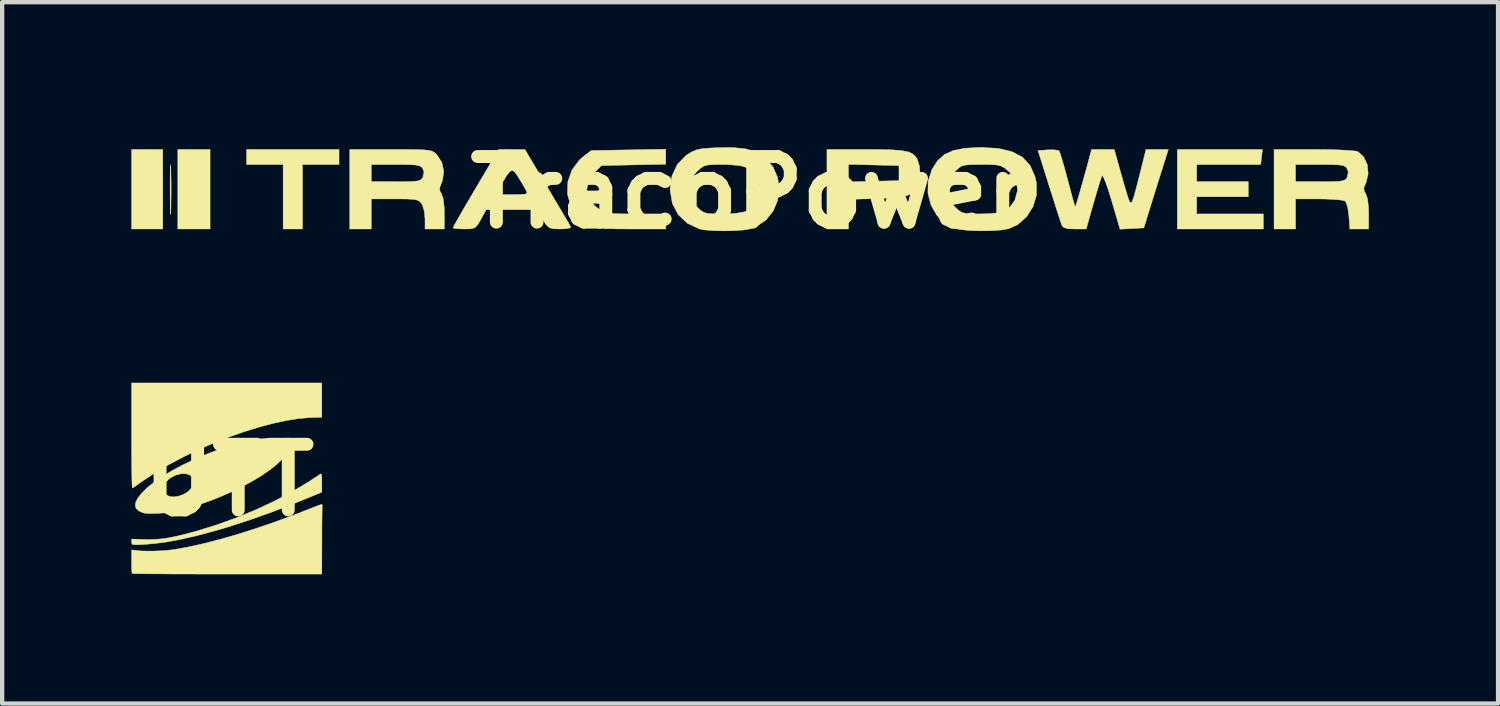
<source format=kicad_pcb>
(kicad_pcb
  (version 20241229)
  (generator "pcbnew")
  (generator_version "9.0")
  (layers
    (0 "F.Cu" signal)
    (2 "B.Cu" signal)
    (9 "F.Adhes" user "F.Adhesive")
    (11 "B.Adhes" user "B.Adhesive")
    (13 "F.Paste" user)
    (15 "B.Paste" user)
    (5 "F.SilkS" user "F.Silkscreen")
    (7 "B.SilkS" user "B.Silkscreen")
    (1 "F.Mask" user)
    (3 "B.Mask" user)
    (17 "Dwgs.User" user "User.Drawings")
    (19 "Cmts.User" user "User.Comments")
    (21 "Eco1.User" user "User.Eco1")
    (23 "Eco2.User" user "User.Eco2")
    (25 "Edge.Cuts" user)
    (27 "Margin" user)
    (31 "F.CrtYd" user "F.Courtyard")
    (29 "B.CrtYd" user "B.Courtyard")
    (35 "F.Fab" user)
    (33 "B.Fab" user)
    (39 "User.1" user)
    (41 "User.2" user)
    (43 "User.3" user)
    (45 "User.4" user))
  (footprint "UTT"
    (layer "F.Cu")
    (at 2.263 8.099)
    (property "Reference" "UTT" (at 0 0 0) (layer "F.SilkS") (effects (font (size 1.524 1.524) (thickness 0.3))))
    (attr through_hole)
    (fp_poly (pts (xy 2.158 -1.464) (xy 1.884 -1.454) (xy 1.621 -1.432) (xy 1.332 -1.386) (xy 1.022 -1.319) (xy 0.694 -1.232) (xy 0.353 -1.126) (xy 0.005 -1.004) (xy -0.346 -0.866) (xy -0.695 -0.714) (xy -1.038 -0.55) (xy -1.37 -0.375) (xy -1.409 -0.354) (xy -1.513 -0.293) (xy -1.633 -0.221) (xy -1.76 -0.141) (xy -1.885 -0.06) (xy -1.999 0.015) (xy -2.092 0.08) (xy -2.134 0.111) (xy -2.186 0.149) (xy -2.226 0.174) (xy -2.241 0.18) (xy -2.244 0.16) (xy -2.247 0.104) (xy -2.25 0.015) (xy -2.252 -0.103) (xy -2.254 -0.248) (xy -2.256 -0.416) (xy -2.257 -0.604) (xy -2.258 -0.807) (xy -2.258 -1.023) (xy -2.258 -1.039) (xy -2.258 -2.258) (xy 2.158 -2.258) (xy 2.158 -1.464)) (stroke (width 0.01) (type solid)) (fill yes) (layer "F.SilkS"))
    (fp_poly (pts (xy 2.145 -0.145) (xy 2.152 -0.12) (xy 2.157 -0.066) (xy 2.158 0.022) (xy 2.158 0.057) (xy 2.158 0.276) (xy 1.943 0.366) (xy 1.45 0.566) (xy 0.968 0.75) (xy 0.502 0.915) (xy 0.054 1.062) (xy -0.374 1.189) (xy -0.777 1.295) (xy -1.153 1.379) (xy -1.421 1.429) (xy -1.543 1.447) (xy -1.672 1.463) (xy -1.802 1.476) (xy -1.926 1.487) (xy -2.039 1.494) (xy -2.133 1.497) (xy -2.202 1.496) (xy -2.239 1.49) (xy -2.243 1.488) (xy -2.255 1.458) (xy -2.258 1.419) (xy -2.258 1.366) (xy -1.99 1.375) (xy -1.837 1.377) (xy -1.691 1.372) (xy -1.545 1.359) (xy -1.392 1.336) (xy -1.224 1.302) (xy -1.035 1.257) (xy -0.817 1.199) (xy -0.769 1.186) (xy -0.304 1.043) (xy 0.159 0.878) (xy 0.611 0.692) (xy 1.046 0.49) (xy 1.457 0.273) (xy 1.837 0.046) (xy 1.938 -0.02) (xy 2.013 -0.069) (xy 2.076 -0.11) (xy 2.119 -0.139) (xy 2.133 -0.147) (xy 2.145 -0.145)) (stroke (width 0.01) (type solid)) (fill yes) (layer "F.SilkS"))
    (fp_poly (pts (xy 2.169 0.576) (xy 2.168 0.595) (xy 2.167 0.622) (xy 2.165 0.684) (xy 2.164 0.778) (xy 2.162 0.898) (xy 2.161 1.039) (xy 2.16 1.198) (xy 2.16 1.369) (xy 2.16 1.404) (xy 2.158 2.178) (xy -0.037 2.178) (xy -0.33 2.178) (xy -0.611 2.178) (xy -0.879 2.177) (xy -1.13 2.177) (xy -1.363 2.176) (xy -1.574 2.174) (xy -1.761 2.173) (xy -1.921 2.172) (xy -2.052 2.17) (xy -2.151 2.169) (xy -2.216 2.167) (xy -2.244 2.165) (xy -2.245 2.165) (xy -2.25 2.141) (xy -2.254 2.085) (xy -2.257 2.005) (xy -2.258 1.908) (xy -2.258 1.884) (xy -2.258 1.617) (xy -2.133 1.633) (xy -2.023 1.642) (xy -1.885 1.645) (xy -1.731 1.644) (xy -1.574 1.638) (xy -1.425 1.627) (xy -1.296 1.613) (xy -1.287 1.611) (xy -0.965 1.554) (xy -0.614 1.477) (xy -0.236 1.381) (xy 0.164 1.267) (xy 0.582 1.135) (xy 1.015 0.988) (xy 1.458 0.827) (xy 1.884 0.661) (xy 1.978 0.624) (xy 2.059 0.593) (xy 2.12 0.571) (xy 2.154 0.56) (xy 2.157 0.56) (xy 2.169 0.576)) (stroke (width 0.01) (type solid)) (fill yes) (layer "F.SilkS"))
    (fp_poly (pts (xy 1.192 -0.958) (xy 1.294 -0.925) (xy 1.362 -0.876) (xy 1.396 -0.811) (xy 1.394 -0.732) (xy 1.355 -0.639) (xy 1.342 -0.618) (xy 1.25 -0.5) (xy 1.122 -0.376) (xy 0.963 -0.248) (xy 0.777 -0.119) (xy 0.567 0.009) (xy 0.339 0.134) (xy 0.094 0.255) (xy -0.161 0.368) (xy -0.424 0.473) (xy -0.69 0.567) (xy -0.955 0.647) (xy -1.216 0.713) (xy -1.259 0.722) (xy -1.372 0.742) (xy -1.497 0.757) (xy -1.627 0.767) (xy -1.752 0.772) (xy -1.863 0.772) (xy -1.951 0.765) (xy -1.999 0.754) (xy -2.094 0.71) (xy -2.153 0.654) (xy -2.174 0.586) (xy -2.16 0.505) (xy -2.109 0.409) (xy -2.026 0.303) (xy -1.928 0.206) (xy -1.53 0.206) (xy -1.519 0.244) (xy -1.508 0.268) (xy -1.456 0.336) (xy -1.379 0.376) (xy -1.281 0.387) (xy -1.168 0.37) (xy -1.044 0.324) (xy -1.04 0.322) (xy -0.949 0.265) (xy -0.879 0.193) (xy -0.832 0.114) (xy -0.812 0.035) (xy -0.823 -0.037) (xy -0.85 -0.08) (xy -0.92 -0.13) (xy -1.009 -0.152) (xy -1.11 -0.15) (xy -1.215 -0.125) (xy -1.316 -0.08) (xy -1.405 -0.016) (xy -1.475 0.063) (xy -1.502 0.113) (xy -1.525 0.168) (xy -1.53 0.206) (xy -1.928 0.206) (xy -1.895 0.174) (xy -1.73 0.041) (xy -1.535 -0.092) (xy -1.316 -0.224) (xy -1.077 -0.352) (xy -0.824 -0.474) (xy -0.561 -0.587) (xy -0.294 -0.691) (xy -0.027 -0.782) (xy 0.234 -0.858) (xy 0.484 -0.917) (xy 0.719 -0.957) (xy 0.891 -0.973) (xy 1.057 -0.975) (xy 1.192 -0.958)) (stroke (width 0.01) (type solid)) (fill yes) (layer "F.SilkS")))
  (footprint "TracoPower"
    (layer "F.Cu")
    (at 14.352 1.418)
    (property "Reference" "TracoPower" (at 0 0 0) (layer "F.SilkS") (effects (font (size 1.524 1.524) (thickness 0.3))))
    (attr through_hole)
    (fp_poly (pts (xy -13.623 0.848) (xy -14.347 0.848) (xy -14.347 -0.998) (xy -13.623 -0.998) (xy -13.623 0.848)) (stroke (width 0.01) (type solid)) (fill yes) (layer "F.SilkS"))
    (fp_poly (pts (xy -12.525 0.848) (xy -13.274 0.848) (xy -13.274 -0.998) (xy -12.525 -0.998) (xy -12.525 0.848)) (stroke (width 0.01) (type solid)) (fill yes) (layer "F.SilkS"))
    (fp_poly (pts (xy -9.531 -0.649) (xy -10.38 -0.649) (xy -10.38 0.848) (xy -10.829 0.848) (xy -10.829 -0.649) (xy -11.677 -0.649) (xy -11.677 -0.998) (xy -9.531 -0.998) (xy -9.531 -0.649)) (stroke (width 0.01) (type solid)) (fill yes) (layer "F.SilkS"))
    (fp_poly (pts (xy 11.886 -0.823) (xy 11.866 -0.649) (xy 10.38 -0.649) (xy 10.38 -0.25) (xy 11.577 -0.25) (xy 11.577 0.1) (xy 10.38 0.1) (xy 10.38 0.499) (xy 11.927 0.499) (xy 11.927 0.848) (xy 9.93 0.848) (xy 9.93 -0.998) (xy 11.906 -0.998) (xy 11.886 -0.823)) (stroke (width 0.01) (type solid)) (fill yes) (layer "F.SilkS"))
    (fp_poly (pts (xy -13.438 -0.58) (xy -13.436 -0.534) (xy -13.43 -0.249) (xy -13.43 0.067) (xy -13.434 0.356) (xy -13.436 0.414) (xy -13.441 0.508) (xy -13.445 0.508) (xy -13.449 0.422) (xy -13.451 0.257) (xy -13.453 0.019) (xy -13.453 -0.075) (xy -13.452 -0.333) (xy -13.45 -0.519) (xy -13.447 -0.627) (xy -13.443 -0.649) (xy -13.438 -0.58)) (stroke (width 0.01) (type solid)) (fill yes) (layer "F.SilkS"))
    (fp_poly (pts (xy 3.055 -0.996) (xy 3.331 -0.988) (xy 3.534 -0.971) (xy 3.679 -0.943) (xy 3.778 -0.901) (xy 3.846 -0.843) (xy 3.893 -0.772) (xy 3.945 -0.602) (xy 3.957 -0.397) (xy 3.928 -0.208) (xy 3.901 -0.141) (xy 3.837 -0.043) (xy 3.756 0.028) (xy 3.64 0.077) (xy 3.473 0.109) (xy 3.239 0.129) (xy 2.957 0.141) (xy 2.295 0.161) (xy 2.295 0.848) (xy 1.796 0.848) (xy 1.796 -0.246) (xy 2.295 -0.246) (xy 2.882 -0.26) (xy 3.468 -0.274) (xy 3.468 -0.624) (xy 2.882 -0.638) (xy 2.295 -0.652) (xy 2.295 -0.246) (xy 1.796 -0.246) (xy 1.796 -0.998) (xy 2.692 -0.998) (xy 3.055 -0.996)) (stroke (width 0.01) (type solid)) (fill yes) (layer "F.SilkS"))
    (fp_poly (pts (xy -1.946 -0.656) (xy -3.437 -0.624) (xy -3.589 -0.478) (xy -3.731 -0.285) (xy -3.779 -0.079) (xy -3.734 0.123) (xy -3.598 0.306) (xy -3.498 0.385) (xy -3.423 0.431) (xy -3.343 0.462) (xy -3.24 0.483) (xy -3.093 0.494) (xy -2.883 0.498) (xy -2.637 0.499) (xy -1.946 0.499) (xy -1.946 0.848) (xy -2.757 0.848) (xy -3.085 0.846) (xy -3.328 0.838) (xy -3.503 0.825) (xy -3.626 0.804) (xy -3.71 0.773) (xy -3.718 0.77) (xy -3.924 0.637) (xy -4.066 0.475) (xy -4.148 0.324) (xy -4.228 0.038) (xy -4.218 -0.252) (xy -4.122 -0.524) (xy -3.947 -0.758) (xy -3.864 -0.829) (xy -3.676 -0.973) (xy -1.946 -1.004) (xy -1.946 -0.656)) (stroke (width 0.01) (type solid)) (fill yes) (layer "F.SilkS"))
    (fp_poly (pts (xy 13.428 -0.995) (xy 13.708 -0.987) (xy 13.929 -0.975) (xy 14.074 -0.96) (xy 14.125 -0.947) (xy 14.259 -0.823) (xy 14.341 -0.642) (xy 14.361 -0.435) (xy 14.313 -0.233) (xy 14.302 -0.209) (xy 14.258 -0.1) (xy 14.273 -0.021) (xy 14.302 0.023) (xy 14.346 0.144) (xy 14.369 0.35) (xy 14.372 0.484) (xy 14.372 0.848) (xy 13.935 0.848) (xy 13.913 0.545) (xy 13.887 0.349) (xy 13.845 0.225) (xy 13.819 0.196) (xy 13.742 0.178) (xy 13.589 0.163) (xy 13.385 0.153) (xy 13.211 0.15) (xy 12.675 0.15) (xy 12.675 0.848) (xy 12.176 0.848) (xy 12.176 -0.649) (xy 12.675 -0.649) (xy 12.675 -0.25) (xy 13.247 -0.25) (xy 13.496 -0.251) (xy 13.663 -0.257) (xy 13.768 -0.271) (xy 13.829 -0.296) (xy 13.865 -0.335) (xy 13.873 -0.349) (xy 13.899 -0.477) (xy 13.873 -0.549) (xy 13.841 -0.592) (xy 13.79 -0.621) (xy 13.699 -0.638) (xy 13.552 -0.646) (xy 13.328 -0.649) (xy 13.247 -0.649) (xy 12.675 -0.649) (xy 12.176 -0.649) (xy 12.176 -0.998) (xy 13.102 -0.998) (xy 13.428 -0.995)) (stroke (width 0.01) (type solid)) (fill yes) (layer "F.SilkS"))
    (fp_poly (pts (xy -5.52 -0.997) (xy -5.215 -0.996) (xy -4.691 -0.116) (xy -4.532 0.152) (xy -4.391 0.39) (xy -4.275 0.587) (xy -4.193 0.728) (xy -4.153 0.801) (xy -4.15 0.806) (xy -4.185 0.829) (xy -4.294 0.845) (xy -4.4 0.848) (xy -4.557 0.844) (xy -4.652 0.817) (xy -4.724 0.747) (xy -4.802 0.624) (xy -4.938 0.399) (xy -6.115 0.399) (xy -6.238 0.624) (xy -6.314 0.754) (xy -6.381 0.821) (xy -6.477 0.845) (xy -6.623 0.848) (xy -6.77 0.844) (xy -6.866 0.832) (xy -6.886 0.822) (xy -6.862 0.773) (xy -6.794 0.652) (xy -6.691 0.47) (xy -6.558 0.242) (xy -6.445 0.05) (xy -5.898 0.05) (xy -5.517 0.05) (xy -5.325 0.049) (xy -5.216 0.041) (xy -5.171 0.022) (xy -5.173 -0.017) (xy -5.196 -0.062) (xy -5.26 -0.175) (xy -5.348 -0.322) (xy -5.377 -0.368) (xy -5.447 -0.47) (xy -5.505 -0.513) (xy -5.565 -0.488) (xy -5.641 -0.39) (xy -5.748 -0.211) (xy -5.762 -0.187) (xy -5.898 0.05) (xy -6.445 0.05) (xy -6.405 -0.019) (xy -6.356 -0.101) (xy -5.826 -0.998) (xy -5.52 -0.997)) (stroke (width 0.01) (type solid)) (fill yes) (layer "F.SilkS"))
    (fp_poly (pts (xy -8.001 -0.998) (xy -7.756 -0.995) (xy -7.58 -0.99) (xy -7.46 -0.979) (xy -7.38 -0.961) (xy -7.326 -0.935) (xy -7.281 -0.898) (xy -7.262 -0.879) (xy -7.144 -0.696) (xy -7.099 -0.478) (xy -7.134 -0.263) (xy -7.149 -0.229) (xy -7.195 -0.111) (xy -7.188 -0.031) (xy -7.155 0.024) (xy -7.113 0.142) (xy -7.09 0.342) (xy -7.086 0.484) (xy -7.086 0.848) (xy -7.535 0.848) (xy -7.535 0.61) (xy -7.552 0.434) (xy -7.595 0.291) (xy -7.613 0.261) (xy -7.654 0.212) (xy -7.709 0.18) (xy -7.799 0.161) (xy -7.942 0.152) (xy -8.159 0.15) (xy -8.237 0.15) (xy -8.783 0.15) (xy -8.783 0.848) (xy -9.282 0.848) (xy -9.282 -0.649) (xy -8.783 -0.649) (xy -8.783 -0.25) (xy -8.211 -0.25) (xy -7.962 -0.251) (xy -7.794 -0.257) (xy -7.689 -0.271) (xy -7.629 -0.296) (xy -7.593 -0.335) (xy -7.585 -0.349) (xy -7.559 -0.477) (xy -7.585 -0.549) (xy -7.617 -0.592) (xy -7.668 -0.621) (xy -7.758 -0.638) (xy -7.906 -0.646) (xy -8.129 -0.649) (xy -8.211 -0.649) (xy -8.783 -0.649) (xy -9.282 -0.649) (xy -9.282 -0.998) (xy -8.331 -0.998) (xy -8.001 -0.998)) (stroke (width 0.01) (type solid)) (fill yes) (layer "F.SilkS"))
    (fp_poly (pts (xy -0.095 -1.013) (xy 0.123 -0.952) (xy 0.301 -0.853) (xy 0.354 -0.812) (xy 0.543 -0.595) (xy 0.653 -0.343) (xy 0.687 -0.075) (xy 0.649 0.191) (xy 0.544 0.438) (xy 0.374 0.646) (xy 0.143 0.798) (xy 0.011 0.846) (xy -0.143 0.872) (xy -0.36 0.887) (xy -0.605 0.892) (xy -0.845 0.886) (xy -1.047 0.87) (xy -1.16 0.849) (xy -1.443 0.716) (xy -1.656 0.516) (xy -1.793 0.257) (xy -1.845 -0.048) (xy -1.845 -0.075) (xy -1.397 -0.075) (xy -1.385 0.088) (xy -1.335 0.206) (xy -1.228 0.329) (xy -1.142 0.411) (xy -1.066 0.461) (xy -0.973 0.487) (xy -0.834 0.497) (xy -0.626 0.499) (xy -0.321 0.486) (xy -0.111 0.448) (xy -0.048 0.423) (xy 0.108 0.293) (xy 0.215 0.106) (xy 0.25 -0.075) (xy 0.206 -0.278) (xy 0.092 -0.46) (xy -0.048 -0.573) (xy -0.216 -0.622) (xy -0.479 -0.646) (xy -0.626 -0.649) (xy -0.836 -0.647) (xy -0.974 -0.637) (xy -1.067 -0.611) (xy -1.142 -0.56) (xy -1.228 -0.479) (xy -1.337 -0.354) (xy -1.386 -0.234) (xy -1.397 -0.075) (xy -1.845 -0.075) (xy -1.845 -0.078) (xy -1.801 -0.389) (xy -1.676 -0.653) (xy -1.476 -0.859) (xy -1.444 -0.881) (xy -1.335 -0.947) (xy -1.23 -0.99) (xy -1.1 -1.016) (xy -0.919 -1.031) (xy -0.728 -1.04) (xy -0.373 -1.041) (xy -0.095 -1.013)) (stroke (width 0.01) (type solid)) (fill yes) (layer "F.SilkS"))
    (fp_poly (pts (xy 5.772 -1.023) (xy 6.093 -0.947) (xy 6.338 -0.816) (xy 6.514 -0.624) (xy 6.626 -0.369) (xy 6.659 -0.218) (xy 6.66 0.063) (xy 6.579 0.331) (xy 6.429 0.567) (xy 6.224 0.747) (xy 6.012 0.843) (xy 5.84 0.872) (xy 5.605 0.888) (xy 5.343 0.891) (xy 5.09 0.882) (xy 4.881 0.859) (xy 4.797 0.841) (xy 4.547 0.721) (xy 4.348 0.53) (xy 4.21 0.29) (xy 4.14 0.019) (xy 4.142 -0.075) (xy 4.591 -0.075) (xy 4.603 0.088) (xy 4.653 0.206) (xy 4.761 0.329) (xy 4.847 0.411) (xy 4.922 0.461) (xy 5.016 0.487) (xy 5.154 0.497) (xy 5.362 0.499) (xy 5.649 0.488) (xy 5.855 0.455) (xy 5.934 0.426) (xy 6.049 0.333) (xy 6.148 0.196) (xy 6.161 0.172) (xy 6.223 -0.054) (xy 6.187 -0.264) (xy 6.052 -0.456) (xy 6.01 -0.495) (xy 5.921 -0.568) (xy 5.84 -0.613) (xy 5.739 -0.638) (xy 5.592 -0.647) (xy 5.383 -0.649) (xy 5.167 -0.647) (xy 5.026 -0.638) (xy 4.93 -0.615) (xy 4.856 -0.569) (xy 4.775 -0.494) (xy 4.761 -0.479) (xy 4.652 -0.354) (xy 4.602 -0.234) (xy 4.591 -0.075) (xy 4.142 -0.075) (xy 4.146 -0.264) (xy 4.236 -0.538) (xy 4.236 -0.538) (xy 4.365 -0.738) (xy 4.525 -0.881) (xy 4.734 -0.976) (xy 5.008 -1.028) (xy 5.361 -1.046) (xy 5.369 -1.046) (xy 5.772 -1.023)) (stroke (width 0.01) (type solid)) (fill yes) (layer "F.SilkS"))
    (fp_poly (pts (xy 8.553 -0.686) (xy 8.614 -0.466) (xy 8.687 -0.212) (xy 8.742 -0.025) (xy 8.786 0.12) (xy 8.82 0.211) (xy 8.851 0.243) (xy 8.883 0.208) (xy 8.922 0.099) (xy 8.974 -0.091) (xy 9.045 -0.369) (xy 9.062 -0.437) (xy 9.202 -0.998) (xy 9.722 -0.998) (xy 9.545 -0.437) (xy 9.461 -0.171) (xy 9.376 0.102) (xy 9.301 0.343) (xy 9.26 0.474) (xy 9.153 0.823) (xy 8.877 0.838) (xy 8.6 0.853) (xy 8.408 0.199) (xy 8.336 -0.034) (xy 8.272 -0.22) (xy 8.22 -0.345) (xy 8.188 -0.393) (xy 8.182 -0.39) (xy 8.156 -0.318) (xy 8.109 -0.172) (xy 8.049 0.028) (xy 7.982 0.26) (xy 7.981 0.262) (xy 7.815 0.848) (xy 7.549 0.848) (xy 7.381 0.84) (xy 7.289 0.812) (xy 7.249 0.761) (xy 7.223 0.686) (xy 7.173 0.534) (xy 7.105 0.321) (xy 7.024 0.066) (xy 6.955 -0.15) (xy 6.696 -0.973) (xy 6.923 -0.989) (xy 7.067 -0.99) (xy 7.166 -0.975) (xy 7.186 -0.964) (xy 7.211 -0.902) (xy 7.255 -0.764) (xy 7.311 -0.567) (xy 7.375 -0.332) (xy 7.387 -0.287) (xy 7.448 -0.052) (xy 7.501 0.141) (xy 7.54 0.276) (xy 7.56 0.336) (xy 7.562 0.337) (xy 7.579 0.287) (xy 7.617 0.162) (xy 7.668 -0.016) (xy 7.728 -0.224) (xy 7.788 -0.441) (xy 7.845 -0.645) (xy 7.882 -0.786) (xy 7.938 -0.998) (xy 8.467 -0.998) (xy 8.553 -0.686)) (stroke (width 0.01) (type solid)) (fill yes) (layer "F.SilkS")))
  (gr_rect
    (start -3 -3)
    (end 31.728 13.283)
    (stroke (width 0.1) (type default))
    (fill no)
    (layer "Edge.Cuts")))
</source>
